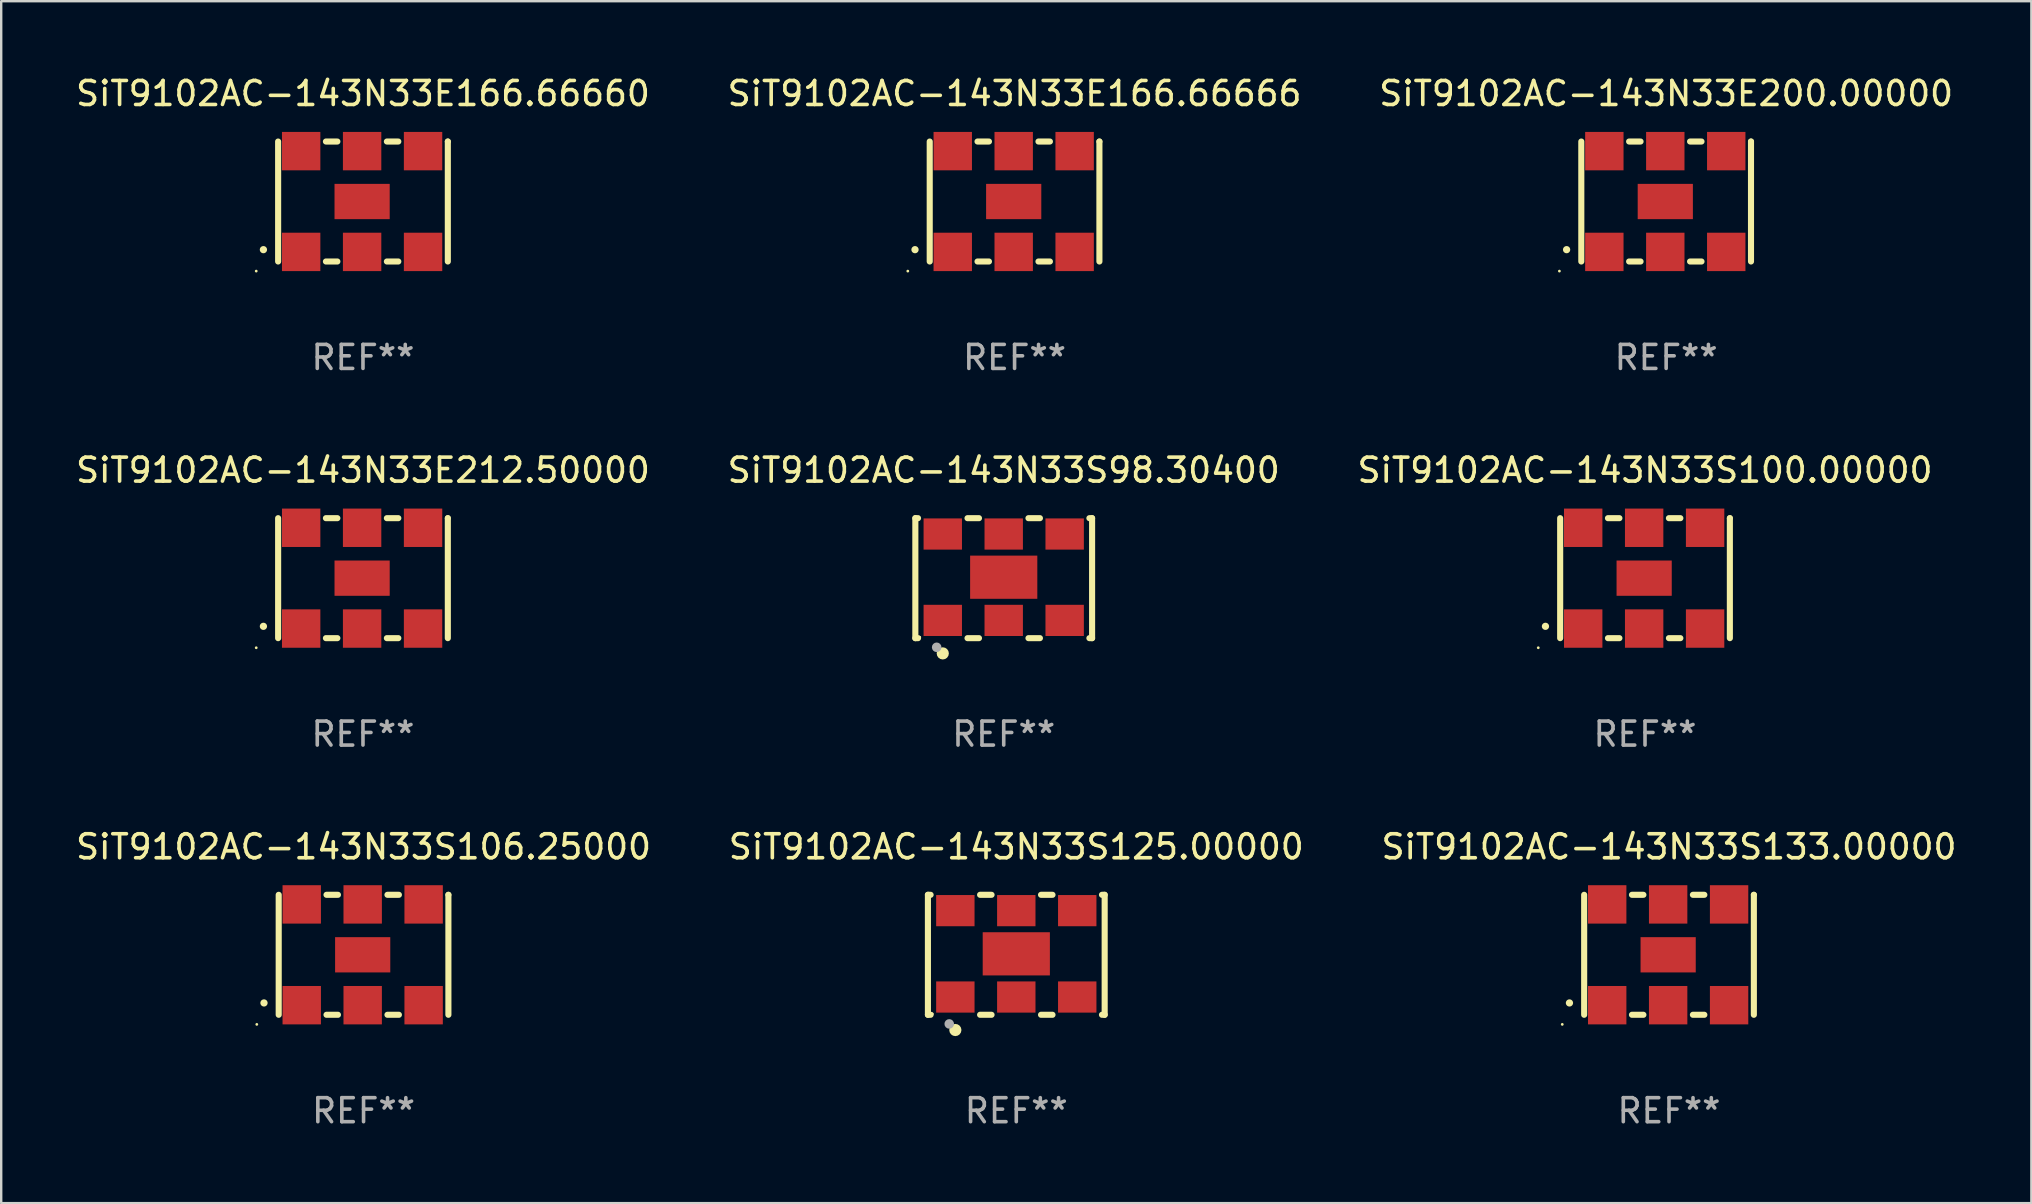
<source format=kicad_pcb>
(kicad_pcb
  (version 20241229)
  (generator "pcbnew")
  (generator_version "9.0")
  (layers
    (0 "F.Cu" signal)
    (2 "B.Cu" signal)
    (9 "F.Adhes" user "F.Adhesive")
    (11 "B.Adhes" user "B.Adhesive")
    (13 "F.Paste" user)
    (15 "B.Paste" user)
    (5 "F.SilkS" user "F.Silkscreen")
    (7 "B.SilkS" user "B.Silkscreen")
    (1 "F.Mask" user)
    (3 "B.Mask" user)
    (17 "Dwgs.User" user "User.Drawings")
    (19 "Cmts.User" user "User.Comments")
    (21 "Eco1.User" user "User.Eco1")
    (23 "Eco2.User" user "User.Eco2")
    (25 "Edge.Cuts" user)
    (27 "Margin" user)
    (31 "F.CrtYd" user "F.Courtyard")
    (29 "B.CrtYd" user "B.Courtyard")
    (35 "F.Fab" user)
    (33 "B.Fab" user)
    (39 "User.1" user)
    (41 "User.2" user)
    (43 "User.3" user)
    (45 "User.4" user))
  (footprint "SiT9102AC-143N33S106.25000"
    (layer "F.Cu")
    (at 12.101 36.741)
    (property "Reference" "SiT9102AC-143N33S106.25000" (at 0 -4.5 0) (layer "F.SilkS") (effects (font (size 1 1) (thickness 0.15))))
    (attr through_hole)
    (fp_line (start -3.536 -2.5) (end -3.536 2.5) (stroke (width 0.254) (type solid)) (layer "F.SilkS"))
    (fp_line (start -1.544 2.5) (end -1.067 2.5) (stroke (width 0.254) (type solid)) (layer "F.SilkS"))
    (fp_line (start -1.067 -2.5) (end -1.544 -2.5) (stroke (width 0.254) (type solid)) (layer "F.SilkS"))
    (fp_line (start 0.996 2.5) (end 1.473 2.5) (stroke (width 0.254) (type solid)) (layer "F.SilkS"))
    (fp_line (start 1.473 -2.5) (end 0.996 -2.5) (stroke (width 0.254) (type solid)) (layer "F.SilkS"))
    (fp_line (start 3.536 -2.5) (end 3.536 -2.5) (stroke (width 0.254) (type solid)) (layer "F.SilkS"))
    (fp_line (start 3.536 2.5) (end 3.536 -2.5) (stroke (width 0.254) (type solid)) (layer "F.SilkS"))
    (fp_arc (start -4.150432 2.006604) (mid -4.149162 2.006599) (end -4.147892 2.006604) (stroke (width 0.3) (type solid)) (layer "F.SilkS"))
    (fp_circle (center -4.449 2.9) (end -4.419 2.9) (stroke (width 0.06) (type solid)) (fill no) (layer "F.SilkS"))
    (fp_text user "REF**" (at 0 6.5 0) (layer "F.Fab") (effects (font (size 1 1) (thickness 0.15))))
    (pad "1" smd rect (at -2.576 2.1) (size 1.6 1.6) (layers "F.Cu" "F.Mask" "F.Paste"))
    (pad "2" smd rect (at -0.036 2.1) (size 1.6 1.6) (layers "F.Cu" "F.Mask" "F.Paste"))
    (pad "3" smd rect (at 2.504 2.1) (size 1.6 1.6) (layers "F.Cu" "F.Mask" "F.Paste"))
    (pad "4" smd rect (at 2.504 -2.1) (size 1.6 1.6) (layers "F.Cu" "F.Mask" "F.Paste"))
    (pad "5" smd rect (at -0.036 -2.1) (size 1.6 1.6) (layers "F.Cu" "F.Mask" "F.Paste"))
    (pad "6" smd rect (at -2.576 -2.1) (size 1.6 1.6) (layers "F.Cu" "F.Mask" "F.Paste"))
    (pad "7" smd rect (at -0.036 0) (size 2.3 1.47) (layers "F.Cu" "F.Mask" "F.Paste")))
  (footprint "SiT9102AC-143N33S98.30400"
    (layer "F.Cu")
    (at 38.78 21.045)
    (property "Reference" "SiT9102AC-143N33S98.30400" (at 0 -4.5 0) (layer "F.SilkS") (effects (font (size 1 1) (thickness 0.15))))
    (attr through_hole)
    (fp_line (start -3.683 -2.5) (end -3.571 -2.5) (stroke (width 0.254) (type solid)) (layer "F.SilkS"))
    (fp_line (start -3.683 2.5) (end -3.683 -2.5) (stroke (width 0.254) (type solid)) (layer "F.SilkS"))
    (fp_line (start -3.683 2.5) (end -3.571 2.5) (stroke (width 0.254) (type solid)) (layer "F.SilkS"))
    (fp_line (start -1.509 -2.5) (end -1.031 -2.5) (stroke (width 0.254) (type solid)) (layer "F.SilkS"))
    (fp_line (start -1.509 2.5) (end -1.031 2.5) (stroke (width 0.254) (type solid)) (layer "F.SilkS"))
    (fp_line (start 1.031 -2.5) (end 1.509 -2.5) (stroke (width 0.254) (type solid)) (layer "F.SilkS"))
    (fp_line (start 1.031 2.5) (end 1.509 2.5) (stroke (width 0.254) (type solid)) (layer "F.SilkS"))
    (fp_line (start 3.571 -2.5) (end 3.683 -2.5) (stroke (width 0.254) (type solid)) (layer "F.SilkS"))
    (fp_line (start 3.571 2.5) (end 3.683 2.5) (stroke (width 0.254) (type solid)) (layer "F.SilkS"))
    (fp_line (start 3.683 2.5) (end 3.683 -2.5) (stroke (width 0.254) (type solid)) (layer "F.SilkS"))
    (fp_circle (center -3.5 2.46) (end -3.47 2.46) (stroke (width 0.06) (type solid)) (fill no) (layer "F.SilkS"))
    (fp_circle (center -2.54 3.135) (end -2.413 3.135) (stroke (width 0.254) (type solid)) (fill no) (layer "F.SilkS"))
    (fp_circle (center -2.794 2.881) (end -2.694 2.881) (stroke (width 0.2) (type solid)) (fill no) (layer "F.Fab"))
    (fp_text user "REF**" (at 0 6.5 0) (layer "F.Fab") (effects (font (size 1 1) (thickness 0.15))))
    (pad "1" smd rect (at -2.54 1.76) (size 1.6 1.3) (layers "F.Cu" "F.Mask" "F.Paste"))
    (pad "2" smd rect (at 0 1.76) (size 1.6 1.3) (layers "F.Cu" "F.Mask" "F.Paste"))
    (pad "3" smd rect (at 2.54 1.76) (size 1.6 1.3) (layers "F.Cu" "F.Mask" "F.Paste"))
    (pad "4" smd rect (at 2.54 -1.84) (size 1.6 1.3) (layers "F.Cu" "F.Mask" "F.Paste"))
    (pad "5" smd rect (at 0 -1.84) (size 1.6 1.3) (layers "F.Cu" "F.Mask" "F.Paste"))
    (pad "6" smd rect (at -2.54 -1.84) (size 1.6 1.3) (layers "F.Cu" "F.Mask" "F.Paste"))
    (pad "7" smd rect (at 0 -0.04) (size 2.8 1.8) (layers "F.Cu" "F.Mask" "F.Paste")))
  (footprint "SiT9102AC-143N33S125.00000"
    (layer "F.Cu")
    (at 39.304 36.741)
    (property "Reference" "SiT9102AC-143N33S125.00000" (at 0 -4.5 0) (layer "F.SilkS") (effects (font (size 1 1) (thickness 0.15))))
    (attr through_hole)
    (fp_line (start -3.683 -2.5) (end -3.571 -2.5) (stroke (width 0.254) (type solid)) (layer "F.SilkS"))
    (fp_line (start -3.683 2.5) (end -3.683 -2.5) (stroke (width 0.254) (type solid)) (layer "F.SilkS"))
    (fp_line (start -3.683 2.5) (end -3.571 2.5) (stroke (width 0.254) (type solid)) (layer "F.SilkS"))
    (fp_line (start -1.509 -2.5) (end -1.031 -2.5) (stroke (width 0.254) (type solid)) (layer "F.SilkS"))
    (fp_line (start -1.509 2.5) (end -1.031 2.5) (stroke (width 0.254) (type solid)) (layer "F.SilkS"))
    (fp_line (start 1.031 -2.5) (end 1.509 -2.5) (stroke (width 0.254) (type solid)) (layer "F.SilkS"))
    (fp_line (start 1.031 2.5) (end 1.509 2.5) (stroke (width 0.254) (type solid)) (layer "F.SilkS"))
    (fp_line (start 3.571 -2.5) (end 3.683 -2.5) (stroke (width 0.254) (type solid)) (layer "F.SilkS"))
    (fp_line (start 3.571 2.5) (end 3.683 2.5) (stroke (width 0.254) (type solid)) (layer "F.SilkS"))
    (fp_line (start 3.683 2.5) (end 3.683 -2.5) (stroke (width 0.254) (type solid)) (layer "F.SilkS"))
    (fp_circle (center -3.5 2.46) (end -3.47 2.46) (stroke (width 0.06) (type solid)) (fill no) (layer "F.SilkS"))
    (fp_circle (center -2.54 3.135) (end -2.413 3.135) (stroke (width 0.254) (type solid)) (fill no) (layer "F.SilkS"))
    (fp_circle (center -2.794 2.881) (end -2.694 2.881) (stroke (width 0.2) (type solid)) (fill no) (layer "F.Fab"))
    (fp_text user "REF**" (at 0 6.5 0) (layer "F.Fab") (effects (font (size 1 1) (thickness 0.15))))
    (pad "1" smd rect (at -2.54 1.76) (size 1.6 1.3) (layers "F.Cu" "F.Mask" "F.Paste"))
    (pad "2" smd rect (at 0 1.76) (size 1.6 1.3) (layers "F.Cu" "F.Mask" "F.Paste"))
    (pad "3" smd rect (at 2.54 1.76) (size 1.6 1.3) (layers "F.Cu" "F.Mask" "F.Paste"))
    (pad "4" smd rect (at 2.54 -1.84) (size 1.6 1.3) (layers "F.Cu" "F.Mask" "F.Paste"))
    (pad "5" smd rect (at 0 -1.84) (size 1.6 1.3) (layers "F.Cu" "F.Mask" "F.Paste"))
    (pad "6" smd rect (at -2.54 -1.84) (size 1.6 1.3) (layers "F.Cu" "F.Mask" "F.Paste"))
    (pad "7" smd rect (at 0 -0.04) (size 2.8 1.8) (layers "F.Cu" "F.Mask" "F.Paste")))
  (footprint "SiT9102AC-143N33E166.66666"
    (layer "F.Cu")
    (at 39.232 5.348)
    (property "Reference" "SiT9102AC-143N33E166.66666" (at 0 -4.5 0) (layer "F.SilkS") (effects (font (size 1 1) (thickness 0.15))))
    (attr through_hole)
    (fp_line (start -3.536 -2.5) (end -3.536 2.5) (stroke (width 0.254) (type solid)) (layer "F.SilkS"))
    (fp_line (start -1.544 2.5) (end -1.067 2.5) (stroke (width 0.254) (type solid)) (layer "F.SilkS"))
    (fp_line (start -1.067 -2.5) (end -1.544 -2.5) (stroke (width 0.254) (type solid)) (layer "F.SilkS"))
    (fp_line (start 0.996 2.5) (end 1.473 2.5) (stroke (width 0.254) (type solid)) (layer "F.SilkS"))
    (fp_line (start 1.473 -2.5) (end 0.996 -2.5) (stroke (width 0.254) (type solid)) (layer "F.SilkS"))
    (fp_line (start 3.536 -2.5) (end 3.536 -2.5) (stroke (width 0.254) (type solid)) (layer "F.SilkS"))
    (fp_line (start 3.536 2.5) (end 3.536 -2.5) (stroke (width 0.254) (type solid)) (layer "F.SilkS"))
    (fp_arc (start -4.150432 2.006604) (mid -4.149162 2.006599) (end -4.147892 2.006604) (stroke (width 0.3) (type solid)) (layer "F.SilkS"))
    (fp_circle (center -4.449 2.9) (end -4.419 2.9) (stroke (width 0.06) (type solid)) (fill no) (layer "F.SilkS"))
    (fp_text user "REF**" (at 0 6.5 0) (layer "F.Fab") (effects (font (size 1 1) (thickness 0.15))))
    (pad "1" smd rect (at -2.576 2.1) (size 1.6 1.6) (layers "F.Cu" "F.Mask" "F.Paste"))
    (pad "2" smd rect (at -0.036 2.1) (size 1.6 1.6) (layers "F.Cu" "F.Mask" "F.Paste"))
    (pad "3" smd rect (at 2.504 2.1) (size 1.6 1.6) (layers "F.Cu" "F.Mask" "F.Paste"))
    (pad "4" smd rect (at 2.504 -2.1) (size 1.6 1.6) (layers "F.Cu" "F.Mask" "F.Paste"))
    (pad "5" smd rect (at -0.036 -2.1) (size 1.6 1.6) (layers "F.Cu" "F.Mask" "F.Paste"))
    (pad "6" smd rect (at -2.576 -2.1) (size 1.6 1.6) (layers "F.Cu" "F.Mask" "F.Paste"))
    (pad "7" smd rect (at -0.036 0) (size 2.3 1.47) (layers "F.Cu" "F.Mask" "F.Paste")))
  (footprint "SiT9102AC-143N33S133.00000"
    (layer "F.Cu")
    (at 66.506 36.741)
    (property "Reference" "SiT9102AC-143N33S133.00000" (at 0 -4.5 0) (layer "F.SilkS") (effects (font (size 1 1) (thickness 0.15))))
    (attr through_hole)
    (fp_line (start -3.536 -2.5) (end -3.536 2.5) (stroke (width 0.254) (type solid)) (layer "F.SilkS"))
    (fp_line (start -1.544 2.5) (end -1.067 2.5) (stroke (width 0.254) (type solid)) (layer "F.SilkS"))
    (fp_line (start -1.067 -2.5) (end -1.544 -2.5) (stroke (width 0.254) (type solid)) (layer "F.SilkS"))
    (fp_line (start 0.996 2.5) (end 1.473 2.5) (stroke (width 0.254) (type solid)) (layer "F.SilkS"))
    (fp_line (start 1.473 -2.5) (end 0.996 -2.5) (stroke (width 0.254) (type solid)) (layer "F.SilkS"))
    (fp_line (start 3.536 -2.5) (end 3.536 -2.5) (stroke (width 0.254) (type solid)) (layer "F.SilkS"))
    (fp_line (start 3.536 2.5) (end 3.536 -2.5) (stroke (width 0.254) (type solid)) (layer "F.SilkS"))
    (fp_arc (start -4.150432 2.006604) (mid -4.149162 2.006599) (end -4.147892 2.006604) (stroke (width 0.3) (type solid)) (layer "F.SilkS"))
    (fp_circle (center -4.449 2.9) (end -4.419 2.9) (stroke (width 0.06) (type solid)) (fill no) (layer "F.SilkS"))
    (fp_text user "REF**" (at 0 6.5 0) (layer "F.Fab") (effects (font (size 1 1) (thickness 0.15))))
    (pad "1" smd rect (at -2.576 2.1) (size 1.6 1.6) (layers "F.Cu" "F.Mask" "F.Paste"))
    (pad "2" smd rect (at -0.036 2.1) (size 1.6 1.6) (layers "F.Cu" "F.Mask" "F.Paste"))
    (pad "3" smd rect (at 2.504 2.1) (size 1.6 1.6) (layers "F.Cu" "F.Mask" "F.Paste"))
    (pad "4" smd rect (at 2.504 -2.1) (size 1.6 1.6) (layers "F.Cu" "F.Mask" "F.Paste"))
    (pad "5" smd rect (at -0.036 -2.1) (size 1.6 1.6) (layers "F.Cu" "F.Mask" "F.Paste"))
    (pad "6" smd rect (at -2.576 -2.1) (size 1.6 1.6) (layers "F.Cu" "F.Mask" "F.Paste"))
    (pad "7" smd rect (at -0.036 0) (size 2.3 1.47) (layers "F.Cu" "F.Mask" "F.Paste")))
  (footprint "SiT9102AC-143N33E200.00000"
    (layer "F.Cu")
    (at 66.387 5.348)
    (property "Reference" "SiT9102AC-143N33E200.00000" (at 0 -4.5 0) (layer "F.SilkS") (effects (font (size 1 1) (thickness 0.15))))
    (attr through_hole)
    (fp_line (start -3.536 -2.5) (end -3.536 2.5) (stroke (width 0.254) (type solid)) (layer "F.SilkS"))
    (fp_line (start -1.544 2.5) (end -1.067 2.5) (stroke (width 0.254) (type solid)) (layer "F.SilkS"))
    (fp_line (start -1.067 -2.5) (end -1.544 -2.5) (stroke (width 0.254) (type solid)) (layer "F.SilkS"))
    (fp_line (start 0.996 2.5) (end 1.473 2.5) (stroke (width 0.254) (type solid)) (layer "F.SilkS"))
    (fp_line (start 1.473 -2.5) (end 0.996 -2.5) (stroke (width 0.254) (type solid)) (layer "F.SilkS"))
    (fp_line (start 3.536 -2.5) (end 3.536 -2.5) (stroke (width 0.254) (type solid)) (layer "F.SilkS"))
    (fp_line (start 3.536 2.5) (end 3.536 -2.5) (stroke (width 0.254) (type solid)) (layer "F.SilkS"))
    (fp_arc (start -4.150432 2.006604) (mid -4.149162 2.006599) (end -4.147892 2.006604) (stroke (width 0.3) (type solid)) (layer "F.SilkS"))
    (fp_circle (center -4.449 2.9) (end -4.419 2.9) (stroke (width 0.06) (type solid)) (fill no) (layer "F.SilkS"))
    (fp_text user "REF**" (at 0 6.5 0) (layer "F.Fab") (effects (font (size 1 1) (thickness 0.15))))
    (pad "1" smd rect (at -2.576 2.1) (size 1.6 1.6) (layers "F.Cu" "F.Mask" "F.Paste"))
    (pad "2" smd rect (at -0.036 2.1) (size 1.6 1.6) (layers "F.Cu" "F.Mask" "F.Paste"))
    (pad "3" smd rect (at 2.504 2.1) (size 1.6 1.6) (layers "F.Cu" "F.Mask" "F.Paste"))
    (pad "4" smd rect (at 2.504 -2.1) (size 1.6 1.6) (layers "F.Cu" "F.Mask" "F.Paste"))
    (pad "5" smd rect (at -0.036 -2.1) (size 1.6 1.6) (layers "F.Cu" "F.Mask" "F.Paste"))
    (pad "6" smd rect (at -2.576 -2.1) (size 1.6 1.6) (layers "F.Cu" "F.Mask" "F.Paste"))
    (pad "7" smd rect (at -0.036 0) (size 2.3 1.47) (layers "F.Cu" "F.Mask" "F.Paste")))
  (footprint "SiT9102AC-143N33E212.50000"
    (layer "F.Cu")
    (at 12.077 21.045)
    (property "Reference" "SiT9102AC-143N33E212.50000" (at 0 -4.5 0) (layer "F.SilkS") (effects (font (size 1 1) (thickness 0.15))))
    (attr through_hole)
    (fp_line (start -3.536 -2.5) (end -3.536 2.5) (stroke (width 0.254) (type solid)) (layer "F.SilkS"))
    (fp_line (start -1.544 2.5) (end -1.067 2.5) (stroke (width 0.254) (type solid)) (layer "F.SilkS"))
    (fp_line (start -1.067 -2.5) (end -1.544 -2.5) (stroke (width 0.254) (type solid)) (layer "F.SilkS"))
    (fp_line (start 0.996 2.5) (end 1.473 2.5) (stroke (width 0.254) (type solid)) (layer "F.SilkS"))
    (fp_line (start 1.473 -2.5) (end 0.996 -2.5) (stroke (width 0.254) (type solid)) (layer "F.SilkS"))
    (fp_line (start 3.536 -2.5) (end 3.536 -2.5) (stroke (width 0.254) (type solid)) (layer "F.SilkS"))
    (fp_line (start 3.536 2.5) (end 3.536 -2.5) (stroke (width 0.254) (type solid)) (layer "F.SilkS"))
    (fp_arc (start -4.150432 2.006604) (mid -4.149162 2.006599) (end -4.147892 2.006604) (stroke (width 0.3) (type solid)) (layer "F.SilkS"))
    (fp_circle (center -4.449 2.9) (end -4.419 2.9) (stroke (width 0.06) (type solid)) (fill no) (layer "F.SilkS"))
    (fp_text user "REF**" (at 0 6.5 0) (layer "F.Fab") (effects (font (size 1 1) (thickness 0.15))))
    (pad "1" smd rect (at -2.576 2.1) (size 1.6 1.6) (layers "F.Cu" "F.Mask" "F.Paste"))
    (pad "2" smd rect (at -0.036 2.1) (size 1.6 1.6) (layers "F.Cu" "F.Mask" "F.Paste"))
    (pad "3" smd rect (at 2.504 2.1) (size 1.6 1.6) (layers "F.Cu" "F.Mask" "F.Paste"))
    (pad "4" smd rect (at 2.504 -2.1) (size 1.6 1.6) (layers "F.Cu" "F.Mask" "F.Paste"))
    (pad "5" smd rect (at -0.036 -2.1) (size 1.6 1.6) (layers "F.Cu" "F.Mask" "F.Paste"))
    (pad "6" smd rect (at -2.576 -2.1) (size 1.6 1.6) (layers "F.Cu" "F.Mask" "F.Paste"))
    (pad "7" smd rect (at -0.036 0) (size 2.3 1.47) (layers "F.Cu" "F.Mask" "F.Paste")))
  (footprint "SiT9102AC-143N33E166.66660"
    (layer "F.Cu")
    (at 12.077 5.348)
    (property "Reference" "SiT9102AC-143N33E166.66660" (at 0 -4.5 0) (layer "F.SilkS") (effects (font (size 1 1) (thickness 0.15))))
    (attr through_hole)
    (fp_line (start -3.536 -2.5) (end -3.536 2.5) (stroke (width 0.254) (type solid)) (layer "F.SilkS"))
    (fp_line (start -1.544 2.5) (end -1.067 2.5) (stroke (width 0.254) (type solid)) (layer "F.SilkS"))
    (fp_line (start -1.067 -2.5) (end -1.544 -2.5) (stroke (width 0.254) (type solid)) (layer "F.SilkS"))
    (fp_line (start 0.996 2.5) (end 1.473 2.5) (stroke (width 0.254) (type solid)) (layer "F.SilkS"))
    (fp_line (start 1.473 -2.5) (end 0.996 -2.5) (stroke (width 0.254) (type solid)) (layer "F.SilkS"))
    (fp_line (start 3.536 -2.5) (end 3.536 -2.5) (stroke (width 0.254) (type solid)) (layer "F.SilkS"))
    (fp_line (start 3.536 2.5) (end 3.536 -2.5) (stroke (width 0.254) (type solid)) (layer "F.SilkS"))
    (fp_arc (start -4.150432 2.006604) (mid -4.149162 2.006599) (end -4.147892 2.006604) (stroke (width 0.3) (type solid)) (layer "F.SilkS"))
    (fp_circle (center -4.449 2.9) (end -4.419 2.9) (stroke (width 0.06) (type solid)) (fill no) (layer "F.SilkS"))
    (fp_text user "REF**" (at 0 6.5 0) (layer "F.Fab") (effects (font (size 1 1) (thickness 0.15))))
    (pad "1" smd rect (at -2.576 2.1) (size 1.6 1.6) (layers "F.Cu" "F.Mask" "F.Paste"))
    (pad "2" smd rect (at -0.036 2.1) (size 1.6 1.6) (layers "F.Cu" "F.Mask" "F.Paste"))
    (pad "3" smd rect (at 2.504 2.1) (size 1.6 1.6) (layers "F.Cu" "F.Mask" "F.Paste"))
    (pad "4" smd rect (at 2.504 -2.1) (size 1.6 1.6) (layers "F.Cu" "F.Mask" "F.Paste"))
    (pad "5" smd rect (at -0.036 -2.1) (size 1.6 1.6) (layers "F.Cu" "F.Mask" "F.Paste"))
    (pad "6" smd rect (at -2.576 -2.1) (size 1.6 1.6) (layers "F.Cu" "F.Mask" "F.Paste"))
    (pad "7" smd rect (at -0.036 0) (size 2.3 1.47) (layers "F.Cu" "F.Mask" "F.Paste")))
  (footprint "SiT9102AC-143N33S100.00000"
    (layer "F.Cu")
    (at 65.506 21.045)
    (property "Reference" "SiT9102AC-143N33S100.00000" (at 0 -4.5 0) (layer "F.SilkS") (effects (font (size 1 1) (thickness 0.15))))
    (attr through_hole)
    (fp_line (start -3.536 -2.5) (end -3.536 2.5) (stroke (width 0.254) (type solid)) (layer "F.SilkS"))
    (fp_line (start -1.544 2.5) (end -1.067 2.5) (stroke (width 0.254) (type solid)) (layer "F.SilkS"))
    (fp_line (start -1.067 -2.5) (end -1.544 -2.5) (stroke (width 0.254) (type solid)) (layer "F.SilkS"))
    (fp_line (start 0.996 2.5) (end 1.473 2.5) (stroke (width 0.254) (type solid)) (layer "F.SilkS"))
    (fp_line (start 1.473 -2.5) (end 0.996 -2.5) (stroke (width 0.254) (type solid)) (layer "F.SilkS"))
    (fp_line (start 3.536 -2.5) (end 3.536 -2.5) (stroke (width 0.254) (type solid)) (layer "F.SilkS"))
    (fp_line (start 3.536 2.5) (end 3.536 -2.5) (stroke (width 0.254) (type solid)) (layer "F.SilkS"))
    (fp_arc (start -4.150432 2.006604) (mid -4.149162 2.006599) (end -4.147892 2.006604) (stroke (width 0.3) (type solid)) (layer "F.SilkS"))
    (fp_circle (center -4.449 2.9) (end -4.419 2.9) (stroke (width 0.06) (type solid)) (fill no) (layer "F.SilkS"))
    (fp_text user "REF**" (at 0 6.5 0) (layer "F.Fab") (effects (font (size 1 1) (thickness 0.15))))
    (pad "1" smd rect (at -2.576 2.1) (size 1.6 1.6) (layers "F.Cu" "F.Mask" "F.Paste"))
    (pad "2" smd rect (at -0.036 2.1) (size 1.6 1.6) (layers "F.Cu" "F.Mask" "F.Paste"))
    (pad "3" smd rect (at 2.504 2.1) (size 1.6 1.6) (layers "F.Cu" "F.Mask" "F.Paste"))
    (pad "4" smd rect (at 2.504 -2.1) (size 1.6 1.6) (layers "F.Cu" "F.Mask" "F.Paste"))
    (pad "5" smd rect (at -0.036 -2.1) (size 1.6 1.6) (layers "F.Cu" "F.Mask" "F.Paste"))
    (pad "6" smd rect (at -2.576 -2.1) (size 1.6 1.6) (layers "F.Cu" "F.Mask" "F.Paste"))
    (pad "7" smd rect (at -0.036 0) (size 2.3 1.47) (layers "F.Cu" "F.Mask" "F.Paste")))
  (gr_rect
    (start -3 -3)
    (end 81.607 47.09)
    (stroke (width 0.1) (type default))
    (fill no)
    (layer "Edge.Cuts")))
</source>
